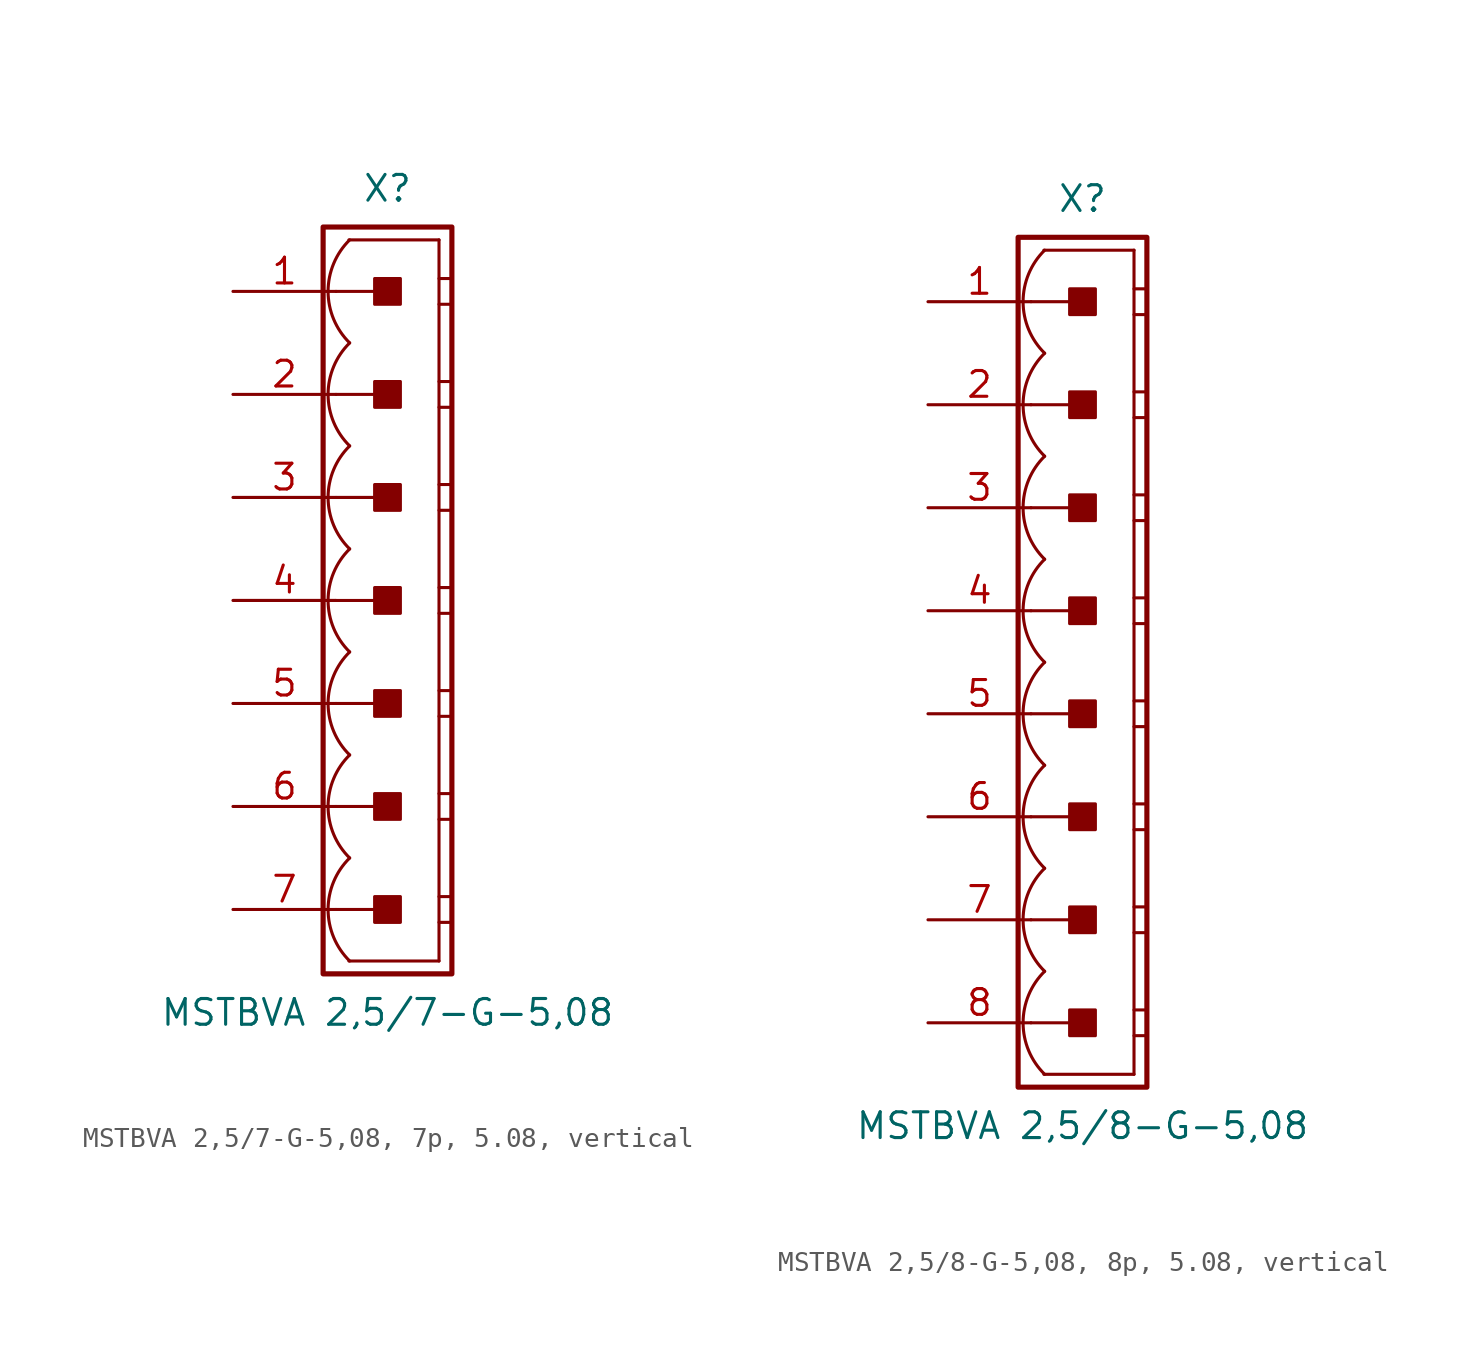
<source format=kicad_sym>
(kicad_symbol_lib
  (version 20241209)
  (generator "kicad_symbol_editor")
  (generator_version "9.0")
  (symbol "MSTBVA 2,5/7-G-5,08, 7p, 5.08, vertical"
    (pin_names
      (offset 1.016)
      (hide yes))
    (property "Reference" "X"
      (at 0 20.32 0)
      (effects (font (size 1.27 1.27))))
    (property "Value" "MSTBVA 2,5/7-G-5,08"
      (at 0 -20.32 0)
      (effects (font (size 1.27 1.27))))
    (property "Label" ""
      (at 0 0 0)
      (effects (font (size 1.27 1.27) (thickness 0.254) (bold yes))))
    (symbol "MSTBVA 2,5/7-G-5,08, 7p, 5.08, vertical_0_1"
      (polyline (pts (xy 2.54 17.78) (xy -1.905 17.78)) (stroke (width 0.152) (type default)) (fill (type none)))
      (polyline (pts (xy 2.54 17.78) (xy 2.54 -17.78)) (stroke (width 0.152) (type default)) (fill (type none)))
      (polyline (pts (xy 2.54 15.875) (xy 3.175 15.875)) (stroke (width 0.152) (type default)) (fill (type none)))
      (polyline (pts (xy 2.54 14.605) (xy 3.175 14.605)) (stroke (width 0.152) (type default)) (fill (type none)))
      (polyline (pts (xy 2.54 10.795) (xy 3.175 10.795)) (stroke (width 0.152) (type default)) (fill (type none)))
      (polyline (pts (xy 2.54 9.525) (xy 3.175 9.525)) (stroke (width 0.152) (type default)) (fill (type none)))
      (polyline (pts (xy 2.54 5.715) (xy 3.175 5.715)) (stroke (width 0.152) (type default)) (fill (type none)))
      (polyline (pts (xy 2.54 4.445) (xy 3.175 4.445)) (stroke (width 0.152) (type default)) (fill (type none)))
      (polyline (pts (xy 2.54 0.635) (xy 3.175 0.635)) (stroke (width 0.152) (type default)) (fill (type none)))
      (polyline (pts (xy 2.54 -0.635) (xy 3.175 -0.635)) (stroke (width 0.152) (type default)) (fill (type none)))
      (polyline (pts (xy 2.54 -4.445) (xy 3.175 -4.445)) (stroke (width 0.152) (type default)) (fill (type none)))
      (polyline (pts (xy 2.54 -5.715) (xy 3.175 -5.715)) (stroke (width 0.152) (type default)) (fill (type none)))
      (polyline (pts (xy 2.54 -9.525) (xy 3.175 -9.525)) (stroke (width 0.152) (type default)) (fill (type none)))
      (polyline (pts (xy 2.54 -10.795) (xy 3.175 -10.795)) (stroke (width 0.152) (type default)) (fill (type none)))
      (polyline (pts (xy 2.54 -14.605) (xy 3.175 -14.605)) (stroke (width 0.152) (type default)) (fill (type none)))
      (polyline (pts (xy 2.54 -15.875) (xy 3.175 -15.875)) (stroke (width 0.152) (type default)) (fill (type none)))
      (polyline (pts (xy 2.54 -17.78) (xy -1.905 -17.78)) (stroke (width 0.152) (type default)) (fill (type none))))
    (symbol "MSTBVA 2,5/7-G-5,08, 7p, 5.08, vertical_1_0"
      (polyline (pts (xy -2.54 15.24) (xy 0 15.24)) (stroke (width 0.152) (type default)) (fill (type none)))
      (polyline (pts (xy -2.54 10.16) (xy 0 10.16)) (stroke (width 0.152) (type default)) (fill (type none)))
      (polyline (pts (xy -2.54 5.08) (xy 0 5.08)) (stroke (width 0.152) (type default)) (fill (type none)))
      (polyline (pts (xy -2.54 0) (xy 0 0)) (stroke (width 0.152) (type default)) (fill (type none)))
      (polyline (pts (xy -2.54 -5.08) (xy 0 -5.08)) (stroke (width 0.152) (type default)) (fill (type none)))
      (polyline (pts (xy -2.54 -10.16) (xy 0 -10.16)) (stroke (width 0.152) (type default)) (fill (type none)))
      (polyline (pts (xy -2.54 -15.24) (xy 0 -15.24)) (stroke (width 0.152) (type default)) (fill (type none))))
    (symbol "MSTBVA 2,5/7-G-5,08, 7p, 5.08, vertical_1_1"
      (rectangle (start -3.175 18.415) (end 3.175 -18.415) (stroke (width 0.254) (type default)) (fill (type none)))
      (rectangle (start -0.635 14.605) (end 0.635 15.875) (stroke (width 0.152) (type default)) (fill (type outline)))
      (rectangle (start -0.635 9.525) (end 0.635 10.795) (stroke (width 0.152) (type default)) (fill (type outline)))
      (rectangle (start -0.635 4.445) (end 0.635 5.715) (stroke (width 0.152) (type default)) (fill (type outline)))
      (rectangle (start -0.635 -0.635) (end 0.635 0.635) (stroke (width 0.152) (type default)) (fill (type outline)))
      (rectangle (start -0.635 -5.715) (end 0.635 -4.445) (stroke (width 0.152) (type default)) (fill (type outline)))
      (rectangle (start -0.635 -10.795) (end 0.635 -9.525) (stroke (width 0.152) (type default)) (fill (type outline)))
      (rectangle (start -0.635 -15.875) (end 0.635 -14.605) (stroke (width 0.152) (type default)) (fill (type outline)))
      (arc (start -1.8664 12.7) (mid -2.9299 15.24) (end -1.8664 17.78) (stroke (width 0.1524) (type default)) (fill (type none)))
      (arc (start -1.8664 7.62) (mid -2.9299 10.16) (end -1.8664 12.7) (stroke (width 0.1524) (type default)) (fill (type none)))
      (arc (start -1.8664 2.54) (mid -2.9299 5.08) (end -1.8664 7.62) (stroke (width 0.1524) (type default)) (fill (type none)))
      (arc (start -1.8664 -2.54) (mid -2.9299 0) (end -1.8664 2.54) (stroke (width 0.1524) (type default)) (fill (type none)))
      (arc (start -1.8664 -7.62) (mid -2.9299 -5.08) (end -1.8664 -2.54) (stroke (width 0.1524) (type default)) (fill (type none)))
      (arc (start -1.8664 -12.7) (mid -2.9299 -10.16) (end -1.8664 -7.62) (stroke (width 0.1524) (type default)) (fill (type none)))
      (arc (start -1.8664 -17.78) (mid -2.9299 -15.24) (end -1.8664 -12.7) (stroke (width 0.1524) (type default)) (fill (type none)))
      (pin passive line (at -7.62 15.24 0) (length 5.08) (name "1" (effects (font (size 1.27 1.27)))) (number "1" (effects (font (size 1.27 1.27)))))
      (pin passive line (at -7.62 10.16 0) (length 5.08) (name "2" (effects (font (size 1.27 1.27)))) (number "2" (effects (font (size 1.27 1.27)))))
      (pin passive line (at -7.62 5.08 0) (length 5.08) (name "3" (effects (font (size 1.27 1.27)))) (number "3" (effects (font (size 1.27 1.27)))))
      (pin passive line (at -7.62 0 0) (length 5.08) (name "4" (effects (font (size 1.27 1.27)))) (number "4" (effects (font (size 1.27 1.27)))))
      (pin passive line (at -7.62 -5.08 0) (length 5.08) (name "5" (effects (font (size 1.27 1.27)))) (number "5" (effects (font (size 1.27 1.27)))))
      (pin passive line (at -7.62 -10.16 0) (length 5.08) (name "6" (effects (font (size 1.27 1.27)))) (number "6" (effects (font (size 1.27 1.27)))))
      (pin passive line (at -7.62 -15.24 0) (length 5.08) (name "7" (effects (font (size 1.27 1.27)))) (number "7" (effects (font (size 1.27 1.27)))))))
  (symbol "MSTBVA 2,5/8-G-5,08, 8p, 5.08, vertical"
    (pin_names
      (offset 1.016)
      (hide yes))
    (property "Reference" "X"
      (at 0 22.86 0)
      (effects (font (size 1.27 1.27))))
    (property "Value" "MSTBVA 2,5/8-G-5,08"
      (at 0 -22.86 0)
      (effects (font (size 1.27 1.27))))
    (property "Label" ""
      (at 0 0 0)
      (effects (font (size 1.27 1.27) (thickness 0.254) (bold yes))))
    (symbol "MSTBVA 2,5/8-G-5,08, 8p, 5.08, vertical_0_1"
      (polyline (pts (xy 2.54 20.32) (xy -1.905 20.32)) (stroke (width 0.152) (type default)) (fill (type none)))
      (polyline (pts (xy 2.54 20.32) (xy 2.54 -20.32)) (stroke (width 0.152) (type default)) (fill (type none)))
      (polyline (pts (xy 2.54 18.415) (xy 3.175 18.415)) (stroke (width 0.152) (type default)) (fill (type none)))
      (polyline (pts (xy 2.54 17.145) (xy 3.175 17.145)) (stroke (width 0.152) (type default)) (fill (type none)))
      (polyline (pts (xy 2.54 13.335) (xy 3.175 13.335)) (stroke (width 0.152) (type default)) (fill (type none)))
      (polyline (pts (xy 2.54 12.065) (xy 3.175 12.065)) (stroke (width 0.152) (type default)) (fill (type none)))
      (polyline (pts (xy 2.54 8.255) (xy 3.175 8.255)) (stroke (width 0.152) (type default)) (fill (type none)))
      (polyline (pts (xy 2.54 6.985) (xy 3.175 6.985)) (stroke (width 0.152) (type default)) (fill (type none)))
      (polyline (pts (xy 2.54 3.175) (xy 3.175 3.175)) (stroke (width 0.152) (type default)) (fill (type none)))
      (polyline (pts (xy 2.54 1.905) (xy 3.175 1.905)) (stroke (width 0.152) (type default)) (fill (type none)))
      (polyline (pts (xy 2.54 -1.905) (xy 3.175 -1.905)) (stroke (width 0.152) (type default)) (fill (type none)))
      (polyline (pts (xy 2.54 -3.175) (xy 3.175 -3.175)) (stroke (width 0.152) (type default)) (fill (type none)))
      (polyline (pts (xy 2.54 -6.985) (xy 3.175 -6.985)) (stroke (width 0.152) (type default)) (fill (type none)))
      (polyline (pts (xy 2.54 -8.255) (xy 3.175 -8.255)) (stroke (width 0.152) (type default)) (fill (type none)))
      (polyline (pts (xy 2.54 -12.065) (xy 3.175 -12.065)) (stroke (width 0.152) (type default)) (fill (type none)))
      (polyline (pts (xy 2.54 -13.335) (xy 3.175 -13.335)) (stroke (width 0.152) (type default)) (fill (type none)))
      (polyline (pts (xy 2.54 -17.145) (xy 3.175 -17.145)) (stroke (width 0.152) (type default)) (fill (type none)))
      (polyline (pts (xy 2.54 -18.415) (xy 3.175 -18.415)) (stroke (width 0.152) (type default)) (fill (type none)))
      (polyline (pts (xy 2.54 -20.32) (xy -1.905 -20.32)) (stroke (width 0.152) (type default)) (fill (type none))))
    (symbol "MSTBVA 2,5/8-G-5,08, 8p, 5.08, vertical_1_0"
      (polyline (pts (xy -2.54 17.78) (xy 0 17.78)) (stroke (width 0.152) (type default)) (fill (type none)))
      (polyline (pts (xy -2.54 12.7) (xy 0 12.7)) (stroke (width 0.152) (type default)) (fill (type none)))
      (polyline (pts (xy -2.54 7.62) (xy 0 7.62)) (stroke (width 0.152) (type default)) (fill (type none)))
      (polyline (pts (xy -2.54 2.54) (xy 0 2.54)) (stroke (width 0.152) (type default)) (fill (type none)))
      (polyline (pts (xy -2.54 -2.54) (xy 0 -2.54)) (stroke (width 0.152) (type default)) (fill (type none)))
      (polyline (pts (xy -2.54 -7.62) (xy 0 -7.62)) (stroke (width 0.152) (type default)) (fill (type none)))
      (polyline (pts (xy -2.54 -12.7) (xy 0 -12.7)) (stroke (width 0.152) (type default)) (fill (type none)))
      (polyline (pts (xy -2.54 -17.78) (xy 0 -17.78)) (stroke (width 0.152) (type default)) (fill (type none))))
    (symbol "MSTBVA 2,5/8-G-5,08, 8p, 5.08, vertical_1_1"
      (rectangle (start -3.175 20.955) (end 3.175 -20.955) (stroke (width 0.254) (type default)) (fill (type none)))
      (rectangle (start -0.635 17.145) (end 0.635 18.415) (stroke (width 0.152) (type default)) (fill (type outline)))
      (rectangle (start -0.635 12.065) (end 0.635 13.335) (stroke (width 0.152) (type default)) (fill (type outline)))
      (rectangle (start -0.635 6.985) (end 0.635 8.255) (stroke (width 0.152) (type default)) (fill (type outline)))
      (rectangle (start -0.635 1.905) (end 0.635 3.175) (stroke (width 0.152) (type default)) (fill (type outline)))
      (rectangle (start -0.635 -3.175) (end 0.635 -1.905) (stroke (width 0.152) (type default)) (fill (type outline)))
      (rectangle (start -0.635 -8.255) (end 0.635 -6.985) (stroke (width 0.152) (type default)) (fill (type outline)))
      (rectangle (start -0.635 -13.335) (end 0.635 -12.065) (stroke (width 0.152) (type default)) (fill (type outline)))
      (rectangle (start -0.635 -18.415) (end 0.635 -17.145) (stroke (width 0.152) (type default)) (fill (type outline)))
      (arc (start -1.8664 15.24) (mid -2.9299 17.78) (end -1.8664 20.32) (stroke (width 0.1524) (type default)) (fill (type none)))
      (arc (start -1.8664 10.16) (mid -2.9299 12.7) (end -1.8664 15.24) (stroke (width 0.1524) (type default)) (fill (type none)))
      (arc (start -1.8664 5.08) (mid -2.9299 7.62) (end -1.8664 10.16) (stroke (width 0.1524) (type default)) (fill (type none)))
      (arc (start -1.8664 0) (mid -2.9299 2.54) (end -1.8664 5.08) (stroke (width 0.1524) (type default)) (fill (type none)))
      (arc (start -1.8664 -5.08) (mid -2.9299 -2.54) (end -1.8664 0) (stroke (width 0.1524) (type default)) (fill (type none)))
      (arc (start -1.8664 -10.16) (mid -2.9299 -7.62) (end -1.8664 -5.08) (stroke (width 0.1524) (type default)) (fill (type none)))
      (arc (start -1.8664 -15.24) (mid -2.9299 -12.7) (end -1.8664 -10.16) (stroke (width 0.1524) (type default)) (fill (type none)))
      (arc (start -1.8664 -20.32) (mid -2.9299 -17.78) (end -1.8664 -15.24) (stroke (width 0.1524) (type default)) (fill (type none)))
      (pin passive line (at -7.62 17.78 0) (length 5.08) (name "1" (effects (font (size 1.27 1.27)))) (number "1" (effects (font (size 1.27 1.27)))))
      (pin passive line (at -7.62 12.7 0) (length 5.08) (name "2" (effects (font (size 1.27 1.27)))) (number "2" (effects (font (size 1.27 1.27)))))
      (pin passive line (at -7.62 7.62 0) (length 5.08) (name "3" (effects (font (size 1.27 1.27)))) (number "3" (effects (font (size 1.27 1.27)))))
      (pin passive line (at -7.62 2.54 0) (length 5.08) (name "4" (effects (font (size 1.27 1.27)))) (number "4" (effects (font (size 1.27 1.27)))))
      (pin passive line (at -7.62 -2.54 0) (length 5.08) (name "5" (effects (font (size 1.27 1.27)))) (number "5" (effects (font (size 1.27 1.27)))))
      (pin passive line (at -7.62 -7.62 0) (length 5.08) (name "6" (effects (font (size 1.27 1.27)))) (number "6" (effects (font (size 1.27 1.27)))))
      (pin passive line (at -7.62 -12.7 0) (length 5.08) (name "7" (effects (font (size 1.27 1.27)))) (number "7" (effects (font (size 1.27 1.27)))))
      (pin passive line (at -7.62 -17.78 0) (length 5.08) (name "8" (effects (font (size 1.27 1.27)))) (number "8" (effects (font (size 1.27 1.27))))))))
</source>
